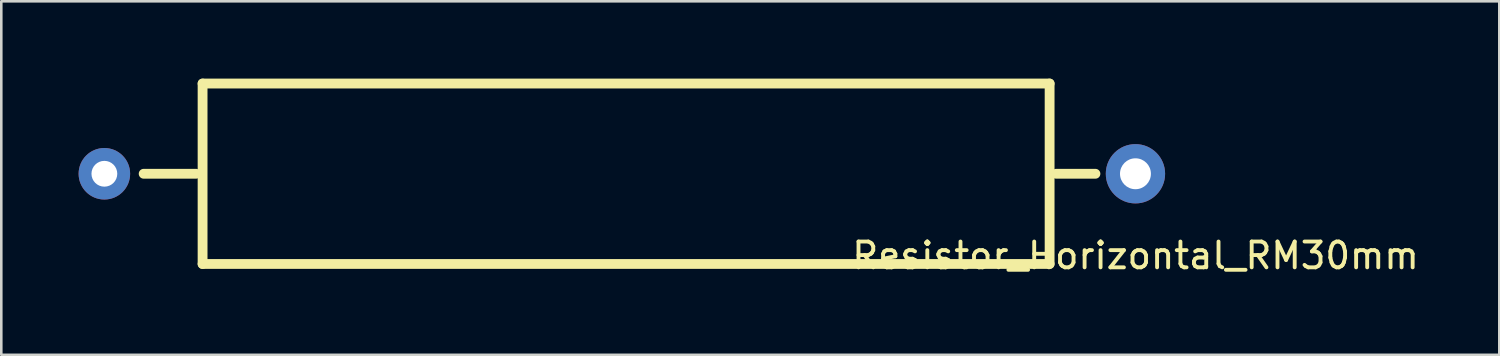
<source format=kicad_pcb>
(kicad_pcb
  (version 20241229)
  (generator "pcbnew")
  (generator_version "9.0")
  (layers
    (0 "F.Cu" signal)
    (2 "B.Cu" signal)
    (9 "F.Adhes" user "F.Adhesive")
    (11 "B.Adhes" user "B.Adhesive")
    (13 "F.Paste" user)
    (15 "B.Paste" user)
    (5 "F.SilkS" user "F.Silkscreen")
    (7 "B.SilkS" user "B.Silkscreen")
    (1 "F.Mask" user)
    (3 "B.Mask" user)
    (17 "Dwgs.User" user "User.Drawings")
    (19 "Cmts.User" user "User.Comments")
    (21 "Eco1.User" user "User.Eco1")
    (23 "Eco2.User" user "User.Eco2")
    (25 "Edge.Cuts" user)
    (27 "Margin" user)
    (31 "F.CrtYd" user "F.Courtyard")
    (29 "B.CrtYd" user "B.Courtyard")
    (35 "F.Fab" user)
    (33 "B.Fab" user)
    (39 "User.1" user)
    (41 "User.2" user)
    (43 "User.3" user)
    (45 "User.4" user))
  (footprint "Resistor_Horizontal_RM30mm"
    (layer "F.Cu")
    (at 0.999 3.691)
    (property "Reference" "Resistor_Horizontal_RM30mm" (at 40.005 3.175 0) (layer "F.SilkS") (effects (font (size 1.001 1.001) (thickness 0.15))))
    (attr through_hole)
    (fp_line (start 3.556 0) (end 1.524 0) (stroke (width 0.381) (type solid)) (layer "F.SilkS"))
    (fp_line (start 3.81 -3.5) (end 36.67 -3.5) (stroke (width 0.381) (type solid)) (layer "F.SilkS"))
    (fp_line (start 3.81 3.5) (end 3.81 -3.5) (stroke (width 0.381) (type solid)) (layer "F.SilkS"))
    (fp_line (start 36.67 -3.5) (end 36.67 3.5) (stroke (width 0.381) (type solid)) (layer "F.SilkS"))
    (fp_line (start 36.67 3.5) (end 3.81 3.5) (stroke (width 0.381) (type solid)) (layer "F.SilkS"))
    (fp_line (start 36.924 0) (end 38.448 0) (stroke (width 0.381) (type solid)) (layer "F.SilkS"))
    (pad "1" thru_hole circle (at 0 0) (size 1.999 1.999) (drill 1.001) (layers "*.Cu" "*.Mask"))
    (pad "2" thru_hole circle (at 40 0) (size 2.301 2.301) (drill 1.199) (layers "*.Cu" "*.Mask")))
  (gr_rect
    (start -3 -3)
    (end 55.114 10.714)
    (stroke (width 0.1) (type default))
    (fill no)
    (layer "Edge.Cuts")))
</source>
